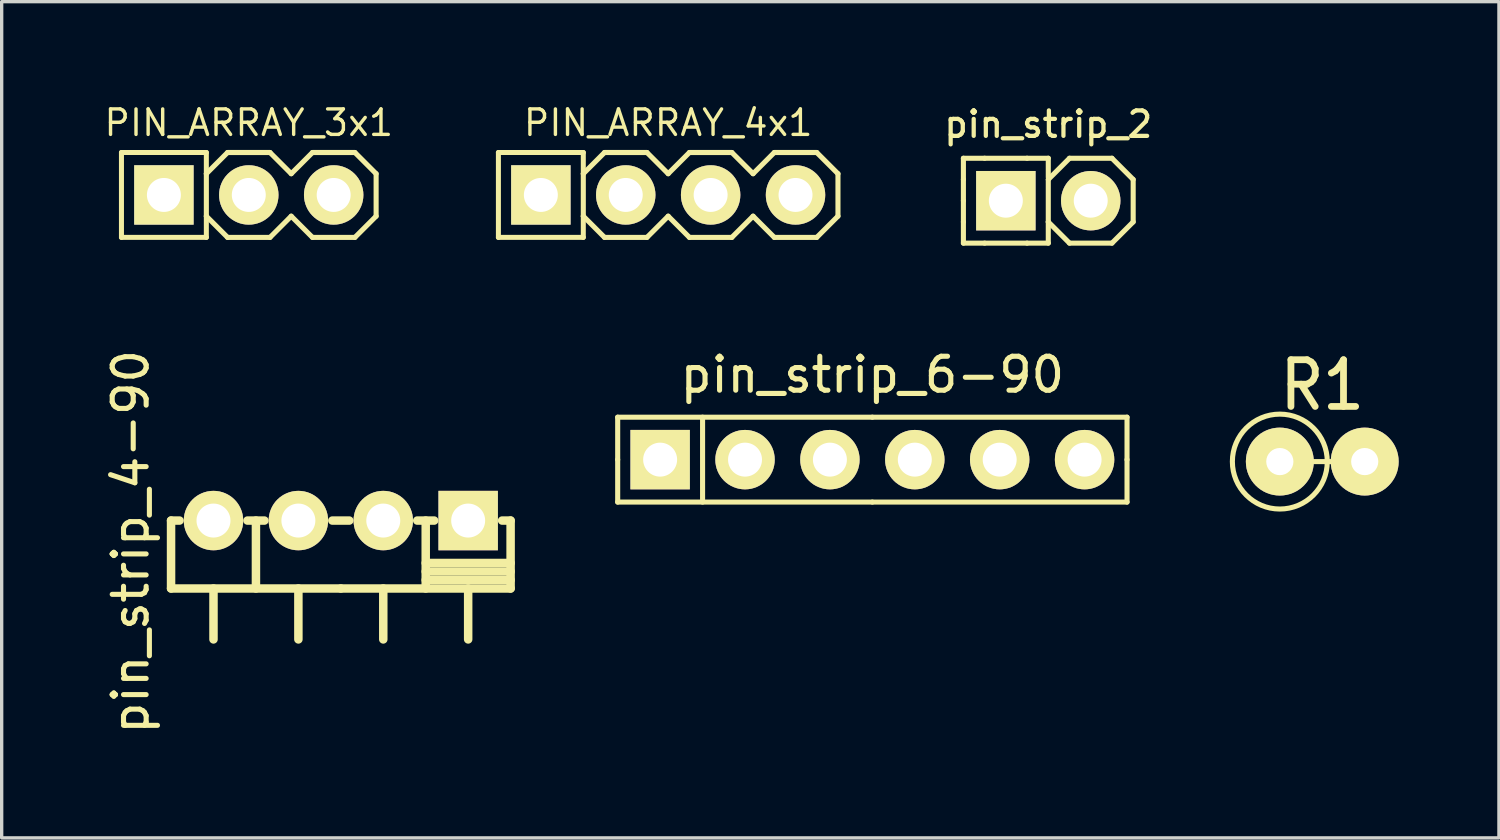
<source format=kicad_pcb>
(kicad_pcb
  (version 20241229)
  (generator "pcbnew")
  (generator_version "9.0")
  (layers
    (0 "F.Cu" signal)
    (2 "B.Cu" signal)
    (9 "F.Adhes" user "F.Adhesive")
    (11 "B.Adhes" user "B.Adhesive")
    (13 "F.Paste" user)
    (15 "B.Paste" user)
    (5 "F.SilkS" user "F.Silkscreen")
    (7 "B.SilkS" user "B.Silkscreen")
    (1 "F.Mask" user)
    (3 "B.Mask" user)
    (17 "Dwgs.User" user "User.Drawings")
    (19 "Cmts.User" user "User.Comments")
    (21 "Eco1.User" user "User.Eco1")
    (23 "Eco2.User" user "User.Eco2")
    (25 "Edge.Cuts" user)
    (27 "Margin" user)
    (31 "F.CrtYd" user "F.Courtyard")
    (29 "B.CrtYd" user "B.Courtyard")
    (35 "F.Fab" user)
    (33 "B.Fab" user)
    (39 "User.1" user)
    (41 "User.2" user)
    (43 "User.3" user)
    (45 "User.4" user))
  (footprint "pin_strip_6-90"
    (layer "F.Cu")
    (at 23.052 10.703)
    (property "Reference" "pin_strip_6-90" (at 0 -2.54 0) (layer "F.SilkS") (effects (font (size 1.016 1.016) (thickness 0.152))))
    (attr through_hole)
    (fp_line (start -7.62 -1.27) (end 0 -1.27) (stroke (width 0.152) (type solid)) (layer "F.SilkS"))
    (fp_line (start -7.62 0) (end -7.62 -1.27) (stroke (width 0.152) (type solid)) (layer "F.SilkS"))
    (fp_line (start -7.62 1.27) (end -7.62 0) (stroke (width 0.152) (type solid)) (layer "F.SilkS"))
    (fp_line (start -5.08 -1.27) (end -5.08 1.27) (stroke (width 0.152) (type solid)) (layer "F.SilkS"))
    (fp_line (start 0 -1.27) (end 7.62 -1.27) (stroke (width 0.152) (type solid)) (layer "F.SilkS"))
    (fp_line (start 0 1.27) (end -7.62 1.27) (stroke (width 0.152) (type solid)) (layer "F.SilkS"))
    (fp_line (start 7.62 -1.27) (end 7.62 0) (stroke (width 0.152) (type solid)) (layer "F.SilkS"))
    (fp_line (start 7.62 0) (end 7.62 1.27) (stroke (width 0.152) (type solid)) (layer "F.SilkS"))
    (fp_line (start 7.62 1.27) (end 0 1.27) (stroke (width 0.152) (type solid)) (layer "F.SilkS"))
    (pad "1" thru_hole rect (at -6.35 0) (size 1.778 1.778) (drill 1.016) (layers "*.Cu" "*.Mask" "F.SilkS"))
    (pad "2" thru_hole circle (at -3.81 0) (size 1.778 1.778) (drill 1.016) (layers "*.Cu" "*.Mask" "F.SilkS"))
    (pad "3" thru_hole circle (at -1.27 0) (size 1.778 1.778) (drill 1.016) (layers "*.Cu" "*.Mask" "F.SilkS"))
    (pad "4" thru_hole circle (at 1.27 0) (size 1.778 1.778) (drill 1.016) (layers "*.Cu" "*.Mask" "F.SilkS"))
    (pad "5" thru_hole circle (at 3.81 0) (size 1.778 1.778) (drill 1.016) (layers "*.Cu" "*.Mask" "F.SilkS"))
    (pad "6" thru_hole circle (at 6.35 0) (size 1.778 1.778) (drill 1.016) (layers "*.Cu" "*.Mask" "F.SilkS")))
  (footprint "pin_strip_4-90"
    (layer "F.Cu")
    (at 7.148 12.526)
    (property "Reference" "pin_strip_4-90" (at -6.287 0.635 90) (layer "F.SilkS") (effects (font (size 1.016 1.016) (thickness 0.152))))
    (attr smd)
    (fp_line (start -5.08 0) (end -5.08 2.032) (stroke (width 0.254) (type solid)) (layer "F.SilkS"))
    (fp_line (start -5.08 0) (end -4.826 0) (stroke (width 0.254) (type solid)) (layer "F.SilkS"))
    (fp_line (start -5.08 2.032) (end 0 2.032) (stroke (width 0.254) (type solid)) (layer "F.SilkS"))
    (fp_line (start -3.81 2.032) (end -3.81 3.556) (stroke (width 0.254) (type solid)) (layer "F.SilkS"))
    (fp_line (start -2.794 0) (end -2.286 0) (stroke (width 0.254) (type solid)) (layer "F.SilkS"))
    (fp_line (start -2.54 0) (end -2.54 2.032) (stroke (width 0.254) (type solid)) (layer "F.SilkS"))
    (fp_line (start -1.27 2.032) (end -1.27 3.556) (stroke (width 0.254) (type solid)) (layer "F.SilkS"))
    (fp_line (start -0.254 0) (end 0.254 0) (stroke (width 0.254) (type solid)) (layer "F.SilkS"))
    (fp_line (start 0 2.032) (end 5.08 2.032) (stroke (width 0.254) (type solid)) (layer "F.SilkS"))
    (fp_line (start 1.27 2.032) (end 1.27 3.556) (stroke (width 0.254) (type solid)) (layer "F.SilkS"))
    (fp_line (start 2.286 0) (end 2.794 0) (stroke (width 0.254) (type solid)) (layer "F.SilkS"))
    (fp_line (start 2.54 0) (end 2.54 2.032) (stroke (width 0.254) (type solid)) (layer "F.SilkS"))
    (fp_line (start 2.54 1.27) (end 5.08 1.27) (stroke (width 0.254) (type solid)) (layer "F.SilkS"))
    (fp_line (start 2.54 1.524) (end 5.08 1.524) (stroke (width 0.254) (type solid)) (layer "F.SilkS"))
    (fp_line (start 2.54 1.778) (end 5.08 1.778) (stroke (width 0.254) (type solid)) (layer "F.SilkS"))
    (fp_line (start 3.81 2.032) (end 3.81 3.556) (stroke (width 0.254) (type solid)) (layer "F.SilkS"))
    (fp_line (start 4.826 0) (end 5.08 0) (stroke (width 0.254) (type solid)) (layer "F.SilkS"))
    (fp_line (start 5.08 2.032) (end 5.08 0) (stroke (width 0.254) (type solid)) (layer "F.SilkS"))
    (pad "1" thru_hole circle (at -3.81 0) (size 1.778 1.778) (drill 1.016) (layers "*.Cu" "*.Mask" "F.SilkS"))
    (pad "2" thru_hole circle (at -1.27 0) (size 1.778 1.778) (drill 1.016) (layers "*.Cu" "*.Mask" "F.SilkS"))
    (pad "3" thru_hole circle (at 1.27 0) (size 1.778 1.778) (drill 1.016) (layers "*.Cu" "*.Mask" "F.SilkS"))
    (pad "4" thru_hole rect (at 3.81 0) (size 1.778 1.778) (drill 1.016) (layers "*.Cu" "*.Mask" "F.SilkS")))
  (footprint "pin_strip_2"
    (layer "F.Cu")
    (at 28.316 2.955)
    (property "Reference" "pin_strip_2" (at 0 -2.286 0) (layer "F.SilkS") (effects (font (size 0.762 0.762) (thickness 0.127))))
    (attr through_hole)
    (fp_line (start -2.54 -1.27) (end -1.905 -1.27) (stroke (width 0.152) (type solid)) (layer "F.SilkS"))
    (fp_line (start -2.54 -0.635) (end -2.54 -1.27) (stroke (width 0.152) (type solid)) (layer "F.SilkS"))
    (fp_line (start -2.54 -0.635) (end -2.54 0) (stroke (width 0.152) (type solid)) (layer "F.SilkS"))
    (fp_line (start -2.54 0) (end -2.54 0.635) (stroke (width 0.152) (type solid)) (layer "F.SilkS"))
    (fp_line (start -2.54 1.27) (end -2.54 0.635) (stroke (width 0.152) (type solid)) (layer "F.SilkS"))
    (fp_line (start -1.905 1.27) (end -2.54 1.27) (stroke (width 0.152) (type solid)) (layer "F.SilkS"))
    (fp_line (start -1.905 1.27) (end -0.635 1.27) (stroke (width 0.152) (type solid)) (layer "F.SilkS"))
    (fp_line (start -0.635 -1.27) (end -1.905 -1.27) (stroke (width 0.152) (type solid)) (layer "F.SilkS"))
    (fp_line (start -0.635 -1.27) (end 0 -1.27) (stroke (width 0.152) (type solid)) (layer "F.SilkS"))
    (fp_line (start 0 -1.27) (end 0 -0.699) (stroke (width 0.152) (type solid)) (layer "F.SilkS"))
    (fp_line (start 0 -0.635) (end 0 0.635) (stroke (width 0.152) (type solid)) (layer "F.SilkS"))
    (fp_line (start 0 0.635) (end 0 1.27) (stroke (width 0.152) (type solid)) (layer "F.SilkS"))
    (fp_line (start 0 0.635) (end 0.635 1.27) (stroke (width 0.152) (type solid)) (layer "F.SilkS"))
    (fp_line (start 0 1.27) (end -0.635 1.27) (stroke (width 0.152) (type solid)) (layer "F.SilkS"))
    (fp_line (start 0.635 -1.27) (end 0 -0.635) (stroke (width 0.152) (type solid)) (layer "F.SilkS"))
    (fp_line (start 0.635 1.27) (end 1.905 1.27) (stroke (width 0.152) (type solid)) (layer "F.SilkS"))
    (fp_line (start 1.905 -1.27) (end 0.635 -1.27) (stroke (width 0.152) (type solid)) (layer "F.SilkS"))
    (fp_line (start 1.905 1.27) (end 2.54 0.635) (stroke (width 0.152) (type solid)) (layer "F.SilkS"))
    (fp_line (start 2.54 -0.635) (end 1.905 -1.27) (stroke (width 0.152) (type solid)) (layer "F.SilkS"))
    (fp_line (start 2.54 0.635) (end 2.54 -0.635) (stroke (width 0.152) (type solid)) (layer "F.SilkS"))
    (pad "1" thru_hole circle (at 1.27 0) (size 1.778 1.778) (drill 1.016) (layers "*.Cu" "*.Mask" "F.SilkS"))
    (pad "2" thru_hole rect (at -1.27 0) (size 1.778 1.778) (drill 1.016) (layers "*.Cu" "*.Mask" "F.SilkS")))
  (footprint "PIN_ARRAY_3x1"
    (layer "F.Cu")
    (at 4.394 2.783)
    (property "Reference" "PIN_ARRAY_3x1" (at 0 -2.159 0) (layer "F.SilkS") (effects (font (size 0.762 0.762) (thickness 0.102))))
    (attr through_hole)
    (fp_line (start -3.81 -1.27) (end -3.81 1.27) (stroke (width 0.15) (type solid)) (layer "F.SilkS"))
    (fp_line (start -3.81 1.27) (end -1.27 1.27) (stroke (width 0.15) (type solid)) (layer "F.SilkS"))
    (fp_line (start -1.27 -1.27) (end -3.81 -1.27) (stroke (width 0.15) (type solid)) (layer "F.SilkS"))
    (fp_line (start -1.27 -0.635) (end -1.27 -1.27) (stroke (width 0.15) (type solid)) (layer "F.SilkS"))
    (fp_line (start -1.27 -0.635) (end -1.27 0.635) (stroke (width 0.152) (type solid)) (layer "F.SilkS"))
    (fp_line (start -1.27 0.635) (end -0.635 1.27) (stroke (width 0.152) (type solid)) (layer "F.SilkS"))
    (fp_line (start -1.27 1.27) (end -1.27 0.635) (stroke (width 0.15) (type solid)) (layer "F.SilkS"))
    (fp_line (start -0.635 -1.27) (end -1.27 -0.635) (stroke (width 0.152) (type solid)) (layer "F.SilkS"))
    (fp_line (start -0.635 1.27) (end 0.635 1.27) (stroke (width 0.152) (type solid)) (layer "F.SilkS"))
    (fp_line (start 0.635 -1.27) (end -0.635 -1.27) (stroke (width 0.152) (type solid)) (layer "F.SilkS"))
    (fp_line (start 0.635 1.27) (end 1.27 0.635) (stroke (width 0.152) (type solid)) (layer "F.SilkS"))
    (fp_line (start 1.27 -0.635) (end 0.635 -1.27) (stroke (width 0.152) (type solid)) (layer "F.SilkS"))
    (fp_line (start 1.27 0.635) (end 1.905 1.27) (stroke (width 0.152) (type solid)) (layer "F.SilkS"))
    (fp_line (start 1.905 -1.27) (end 1.27 -0.635) (stroke (width 0.152) (type solid)) (layer "F.SilkS"))
    (fp_line (start 1.905 1.27) (end 3.175 1.27) (stroke (width 0.152) (type solid)) (layer "F.SilkS"))
    (fp_line (start 3.175 -1.27) (end 1.905 -1.27) (stroke (width 0.152) (type solid)) (layer "F.SilkS"))
    (fp_line (start 3.175 1.27) (end 3.81 0.635) (stroke (width 0.152) (type solid)) (layer "F.SilkS"))
    (fp_line (start 3.81 -0.635) (end 3.175 -1.27) (stroke (width 0.152) (type solid)) (layer "F.SilkS"))
    (fp_line (start 3.81 0.635) (end 3.81 -0.635) (stroke (width 0.152) (type solid)) (layer "F.SilkS"))
    (pad "1" thru_hole rect (at -2.54 0) (size 1.778 1.778) (drill 1.016) (layers "*.Cu" "*.Mask" "F.SilkS"))
    (pad "2" thru_hole circle (at 0 0) (size 1.778 1.778) (drill 1.016) (layers "*.Cu" "*.Mask" "F.SilkS"))
    (pad "3" thru_hole circle (at 2.54 0) (size 1.778 1.778) (drill 1.016) (layers "*.Cu" "*.Mask" "F.SilkS")))
  (footprint "PIN_ARRAY_4x1"
    (layer "F.Cu")
    (at 16.943 2.783)
    (property "Reference" "PIN_ARRAY_4x1" (at 0 -2.159 0) (layer "F.SilkS") (effects (font (size 0.762 0.762) (thickness 0.102))))
    (attr through_hole)
    (fp_line (start -5.08 -1.27) (end -5.08 1.27) (stroke (width 0.15) (type solid)) (layer "F.SilkS"))
    (fp_line (start -5.08 1.27) (end -2.54 1.27) (stroke (width 0.15) (type solid)) (layer "F.SilkS"))
    (fp_line (start -2.54 -1.27) (end -5.08 -1.27) (stroke (width 0.15) (type solid)) (layer "F.SilkS"))
    (fp_line (start -2.54 -0.635) (end -2.54 -1.27) (stroke (width 0.15) (type solid)) (layer "F.SilkS"))
    (fp_line (start -2.54 -0.635) (end -2.54 0.635) (stroke (width 0.152) (type solid)) (layer "F.SilkS"))
    (fp_line (start -2.54 0.635) (end -1.905 1.27) (stroke (width 0.152) (type solid)) (layer "F.SilkS"))
    (fp_line (start -2.54 1.27) (end -2.54 0.635) (stroke (width 0.15) (type solid)) (layer "F.SilkS"))
    (fp_line (start -1.905 -1.27) (end -2.54 -0.635) (stroke (width 0.152) (type solid)) (layer "F.SilkS"))
    (fp_line (start -1.905 1.27) (end -0.635 1.27) (stroke (width 0.152) (type solid)) (layer "F.SilkS"))
    (fp_line (start -0.635 -1.27) (end -1.905 -1.27) (stroke (width 0.152) (type solid)) (layer "F.SilkS"))
    (fp_line (start -0.635 1.27) (end 0 0.635) (stroke (width 0.152) (type solid)) (layer "F.SilkS"))
    (fp_line (start 0 -0.635) (end -0.635 -1.27) (stroke (width 0.152) (type solid)) (layer "F.SilkS"))
    (fp_line (start 0 0.635) (end 0.635 1.27) (stroke (width 0.152) (type solid)) (layer "F.SilkS"))
    (fp_line (start 0.635 -1.27) (end 0 -0.635) (stroke (width 0.152) (type solid)) (layer "F.SilkS"))
    (fp_line (start 0.635 1.27) (end 1.905 1.27) (stroke (width 0.152) (type solid)) (layer "F.SilkS"))
    (fp_line (start 1.905 -1.27) (end 0.635 -1.27) (stroke (width 0.152) (type solid)) (layer "F.SilkS"))
    (fp_line (start 1.905 1.27) (end 2.54 0.635) (stroke (width 0.152) (type solid)) (layer "F.SilkS"))
    (fp_line (start 2.54 -0.635) (end 1.905 -1.27) (stroke (width 0.152) (type solid)) (layer "F.SilkS"))
    (fp_line (start 2.54 0.635) (end 3.175 1.27) (stroke (width 0.152) (type solid)) (layer "F.SilkS"))
    (fp_line (start 3.175 -1.27) (end 2.54 -0.635) (stroke (width 0.152) (type solid)) (layer "F.SilkS"))
    (fp_line (start 3.175 1.27) (end 4.445 1.27) (stroke (width 0.152) (type solid)) (layer "F.SilkS"))
    (fp_line (start 4.445 -1.27) (end 3.175 -1.27) (stroke (width 0.152) (type solid)) (layer "F.SilkS"))
    (fp_line (start 4.445 1.27) (end 5.08 0.635) (stroke (width 0.152) (type solid)) (layer "F.SilkS"))
    (fp_line (start 5.08 -0.635) (end 4.445 -1.27) (stroke (width 0.152) (type solid)) (layer "F.SilkS"))
    (fp_line (start 5.08 0.635) (end 5.08 -0.635) (stroke (width 0.152) (type solid)) (layer "F.SilkS"))
    (pad "1" thru_hole rect (at -3.81 0) (size 1.778 1.778) (drill 1.016) (layers "*.Cu" "*.Mask" "F.SilkS"))
    (pad "2" thru_hole circle (at -1.27 0) (size 1.778 1.778) (drill 1.016) (layers "*.Cu" "*.Mask" "F.SilkS"))
    (pad "3" thru_hole circle (at 1.27 0) (size 1.778 1.778) (drill 1.016) (layers "*.Cu" "*.Mask" "F.SilkS"))
    (pad "4" thru_hole circle (at 3.81 0) (size 1.778 1.778) (drill 1.016) (layers "*.Cu" "*.Mask" "F.SilkS")))
  (footprint "R1"
    (layer "F.Cu")
    (at 36.514 10.761)
    (property "Reference" "R1" (at 0 -2.286 0) (layer "F.SilkS") (effects (font (size 1.397 1.27) (thickness 0.203))))
    (attr through_hole)
    (fp_line (start -0.508 0) (end 0.508 0) (stroke (width 0.152) (type solid)) (layer "F.SilkS"))
    (fp_circle (center -1.27 0) (end -0.635 1.27) (stroke (width 0.152) (type solid)) (fill no) (layer "F.SilkS"))
    (pad "1" thru_hole circle (at -1.27 0) (size 2.032 2.032) (drill 0.813) (layers "*.Cu" "*.Mask" "F.SilkS"))
    (pad "2" thru_hole circle (at 1.27 0) (size 2.032 2.032) (drill 0.813) (layers "*.Cu" "*.Mask" "F.SilkS")))
  (gr_rect
    (start -3 -3)
    (end 41.8 22.021)
    (stroke (width 0.1) (type default))
    (fill no)
    (layer "Edge.Cuts")))
</source>
